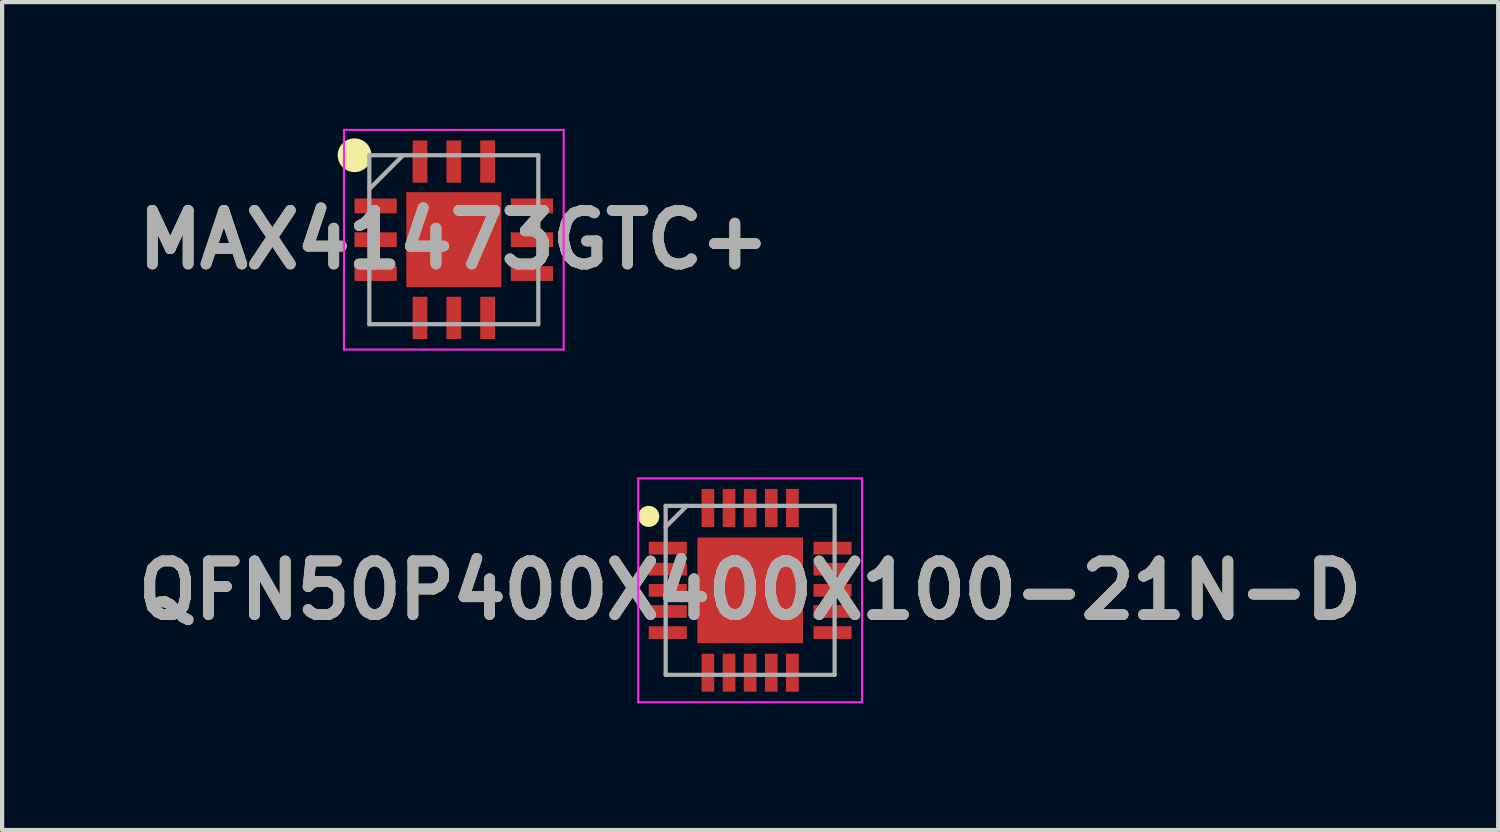
<source format=kicad_pcb>
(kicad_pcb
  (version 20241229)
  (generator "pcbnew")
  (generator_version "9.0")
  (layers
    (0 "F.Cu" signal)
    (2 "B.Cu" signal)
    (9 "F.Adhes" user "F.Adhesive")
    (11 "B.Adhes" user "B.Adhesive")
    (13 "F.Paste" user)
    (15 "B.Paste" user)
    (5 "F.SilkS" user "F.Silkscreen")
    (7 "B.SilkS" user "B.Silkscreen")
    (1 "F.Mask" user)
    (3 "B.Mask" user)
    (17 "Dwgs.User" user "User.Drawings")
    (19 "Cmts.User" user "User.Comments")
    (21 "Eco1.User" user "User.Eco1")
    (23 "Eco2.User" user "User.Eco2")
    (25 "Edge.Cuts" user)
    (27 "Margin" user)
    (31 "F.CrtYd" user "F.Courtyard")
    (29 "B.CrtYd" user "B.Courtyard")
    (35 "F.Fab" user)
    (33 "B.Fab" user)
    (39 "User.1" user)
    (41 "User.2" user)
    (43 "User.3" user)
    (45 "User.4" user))
  (footprint "MAX41473GTC+"
    (layer "F.Cu")
    (at 7.693 2.625)
    (property "Reference" "MAX41473GTC+" (at 0 0 0) (layer "F.SilkS") (effects (font (size 1.27 1.27) (thickness 0.254))))
    (attr smd)
    (fp_circle (center -2.35 -2) (end -2.35 -1.8) (stroke (width 0.4) (type solid)) (fill no) (layer "F.SilkS"))
    (fp_line (start -2.6 -2.6) (end 2.6 -2.6) (stroke (width 0.05) (type solid)) (layer "F.CrtYd"))
    (fp_line (start -2.6 2.6) (end -2.6 -2.6) (stroke (width 0.05) (type solid)) (layer "F.CrtYd"))
    (fp_line (start 2.6 -2.6) (end 2.6 2.6) (stroke (width 0.05) (type solid)) (layer "F.CrtYd"))
    (fp_line (start 2.6 2.6) (end -2.6 2.6) (stroke (width 0.05) (type solid)) (layer "F.CrtYd"))
    (fp_line (start -2 -2) (end 2 -2) (stroke (width 0.1) (type solid)) (layer "F.Fab"))
    (fp_line (start -2 -1.2) (end -1.2 -2) (stroke (width 0.1) (type solid)) (layer "F.Fab"))
    (fp_line (start -2 2) (end -2 -2) (stroke (width 0.1) (type solid)) (layer "F.Fab"))
    (fp_line (start 2 -2) (end 2 2) (stroke (width 0.1) (type solid)) (layer "F.Fab"))
    (fp_line (start 2 2) (end -2 2) (stroke (width 0.1) (type solid)) (layer "F.Fab"))
    (fp_text user "${REFERENCE}" (at 0 0 0) (layer "F.Fab") (effects (font (size 1.27 1.27) (thickness 0.254))))
    (pad "1" smd rect (at -1.85 -0.8 90) (size 0.35 1) (layers "F.Cu" "F.Mask" "F.Paste"))
    (pad "1" smd rect (at 0 0) (size 2.25 2.25) (layers "F.Cu" "F.Mask" "F.Paste"))
    (pad "2" smd rect (at -1.85 0 90) (size 0.35 1) (layers "F.Cu" "F.Mask" "F.Paste"))
    (pad "3" smd rect (at -1.85 0.8 90) (size 0.35 1) (layers "F.Cu" "F.Mask" "F.Paste"))
    (pad "4" smd rect (at -0.8 1.85) (size 0.35 1) (layers "F.Cu" "F.Mask" "F.Paste"))
    (pad "5" smd rect (at 0 1.85) (size 0.35 1) (layers "F.Cu" "F.Mask" "F.Paste"))
    (pad "6" smd rect (at 0.8 1.85) (size 0.35 1) (layers "F.Cu" "F.Mask" "F.Paste"))
    (pad "7" smd rect (at 1.85 0.8 90) (size 0.35 1) (layers "F.Cu" "F.Mask" "F.Paste"))
    (pad "8" smd rect (at 1.85 0 90) (size 0.35 1) (layers "F.Cu" "F.Mask" "F.Paste"))
    (pad "9" smd rect (at 1.85 -0.8 90) (size 0.35 1) (layers "F.Cu" "F.Mask" "F.Paste"))
    (pad "10" smd rect (at 0.8 -1.85) (size 0.35 1) (layers "F.Cu" "F.Mask" "F.Paste"))
    (pad "11" smd rect (at 0 -1.85) (size 0.35 1) (layers "F.Cu" "F.Mask" "F.Paste"))
    (pad "12" smd rect (at -0.8 -1.85) (size 0.35 1) (layers "F.Cu" "F.Mask" "F.Paste")))
  (footprint "QFN50P400X400X100-21N-D"
    (layer "F.Cu")
    (at 14.708 10.925)
    (property "Reference" "QFN50P400X400X100-21N-D" (at 0 0 0) (layer "F.SilkS") (effects (font (size 1.27 1.27) (thickness 0.254))))
    (attr smd)
    (fp_circle (center -2.4 -1.75) (end -2.4 -1.625) (stroke (width 0.25) (type solid)) (fill no) (layer "F.SilkS"))
    (fp_line (start -2.65 -2.65) (end 2.65 -2.65) (stroke (width 0.05) (type solid)) (layer "F.CrtYd"))
    (fp_line (start -2.65 2.65) (end -2.65 -2.65) (stroke (width 0.05) (type solid)) (layer "F.CrtYd"))
    (fp_line (start 2.65 -2.65) (end 2.65 2.65) (stroke (width 0.05) (type solid)) (layer "F.CrtYd"))
    (fp_line (start 2.65 2.65) (end -2.65 2.65) (stroke (width 0.05) (type solid)) (layer "F.CrtYd"))
    (fp_line (start -2 -2) (end 2 -2) (stroke (width 0.1) (type solid)) (layer "F.Fab"))
    (fp_line (start -2 -1.5) (end -1.5 -2) (stroke (width 0.1) (type solid)) (layer "F.Fab"))
    (fp_line (start -2 2) (end -2 -2) (stroke (width 0.1) (type solid)) (layer "F.Fab"))
    (fp_line (start 2 -2) (end 2 2) (stroke (width 0.1) (type solid)) (layer "F.Fab"))
    (fp_line (start 2 2) (end -2 2) (stroke (width 0.1) (type solid)) (layer "F.Fab"))
    (fp_text user "${REFERENCE}" (at 0 0 0) (layer "F.Fab") (effects (font (size 1.27 1.27) (thickness 0.254))))
    (pad "1" smd rect (at -1.95 -1 90) (size 0.3 0.9) (layers "F.Cu" "F.Mask" "F.Paste"))
    (pad "2" smd rect (at -1.95 -0.5 90) (size 0.3 0.9) (layers "F.Cu" "F.Mask" "F.Paste"))
    (pad "3" smd rect (at -1.95 0 90) (size 0.3 0.9) (layers "F.Cu" "F.Mask" "F.Paste"))
    (pad "4" smd rect (at -1.95 0.5 90) (size 0.3 0.9) (layers "F.Cu" "F.Mask" "F.Paste"))
    (pad "5" smd rect (at -1.95 1 90) (size 0.3 0.9) (layers "F.Cu" "F.Mask" "F.Paste"))
    (pad "6" smd rect (at -1 1.95) (size 0.3 0.9) (layers "F.Cu" "F.Mask" "F.Paste"))
    (pad "7" smd rect (at -0.5 1.95) (size 0.3 0.9) (layers "F.Cu" "F.Mask" "F.Paste"))
    (pad "8" smd rect (at 0 1.95) (size 0.3 0.9) (layers "F.Cu" "F.Mask" "F.Paste"))
    (pad "9" smd rect (at 0.5 1.95) (size 0.3 0.9) (layers "F.Cu" "F.Mask" "F.Paste"))
    (pad "10" smd rect (at 1 1.95) (size 0.3 0.9) (layers "F.Cu" "F.Mask" "F.Paste"))
    (pad "11" smd rect (at 1.95 1 90) (size 0.3 0.9) (layers "F.Cu" "F.Mask" "F.Paste"))
    (pad "12" smd rect (at 1.95 0.5 90) (size 0.3 0.9) (layers "F.Cu" "F.Mask" "F.Paste"))
    (pad "13" smd rect (at 1.95 0 90) (size 0.3 0.9) (layers "F.Cu" "F.Mask" "F.Paste"))
    (pad "14" smd rect (at 1.95 -0.5 90) (size 0.3 0.9) (layers "F.Cu" "F.Mask" "F.Paste"))
    (pad "15" smd rect (at 1.95 -1 90) (size 0.3 0.9) (layers "F.Cu" "F.Mask" "F.Paste"))
    (pad "16" smd rect (at 1 -1.95) (size 0.3 0.9) (layers "F.Cu" "F.Mask" "F.Paste"))
    (pad "17" smd rect (at 0.5 -1.95) (size 0.3 0.9) (layers "F.Cu" "F.Mask" "F.Paste"))
    (pad "18" smd rect (at 0 -1.95) (size 0.3 0.9) (layers "F.Cu" "F.Mask" "F.Paste"))
    (pad "19" smd rect (at -0.5 -1.95) (size 0.3 0.9) (layers "F.Cu" "F.Mask" "F.Paste"))
    (pad "20" smd rect (at -1 -1.95) (size 0.3 0.9) (layers "F.Cu" "F.Mask" "F.Paste"))
    (pad "21" smd rect (at 0 0) (size 2.5 2.5) (layers "F.Cu" "F.Mask" "F.Paste")))
  (gr_rect
    (start -3 -3)
    (end 32.416 16.6)
    (stroke (width 0.1) (type default))
    (fill no)
    (layer "Edge.Cuts")))
</source>
